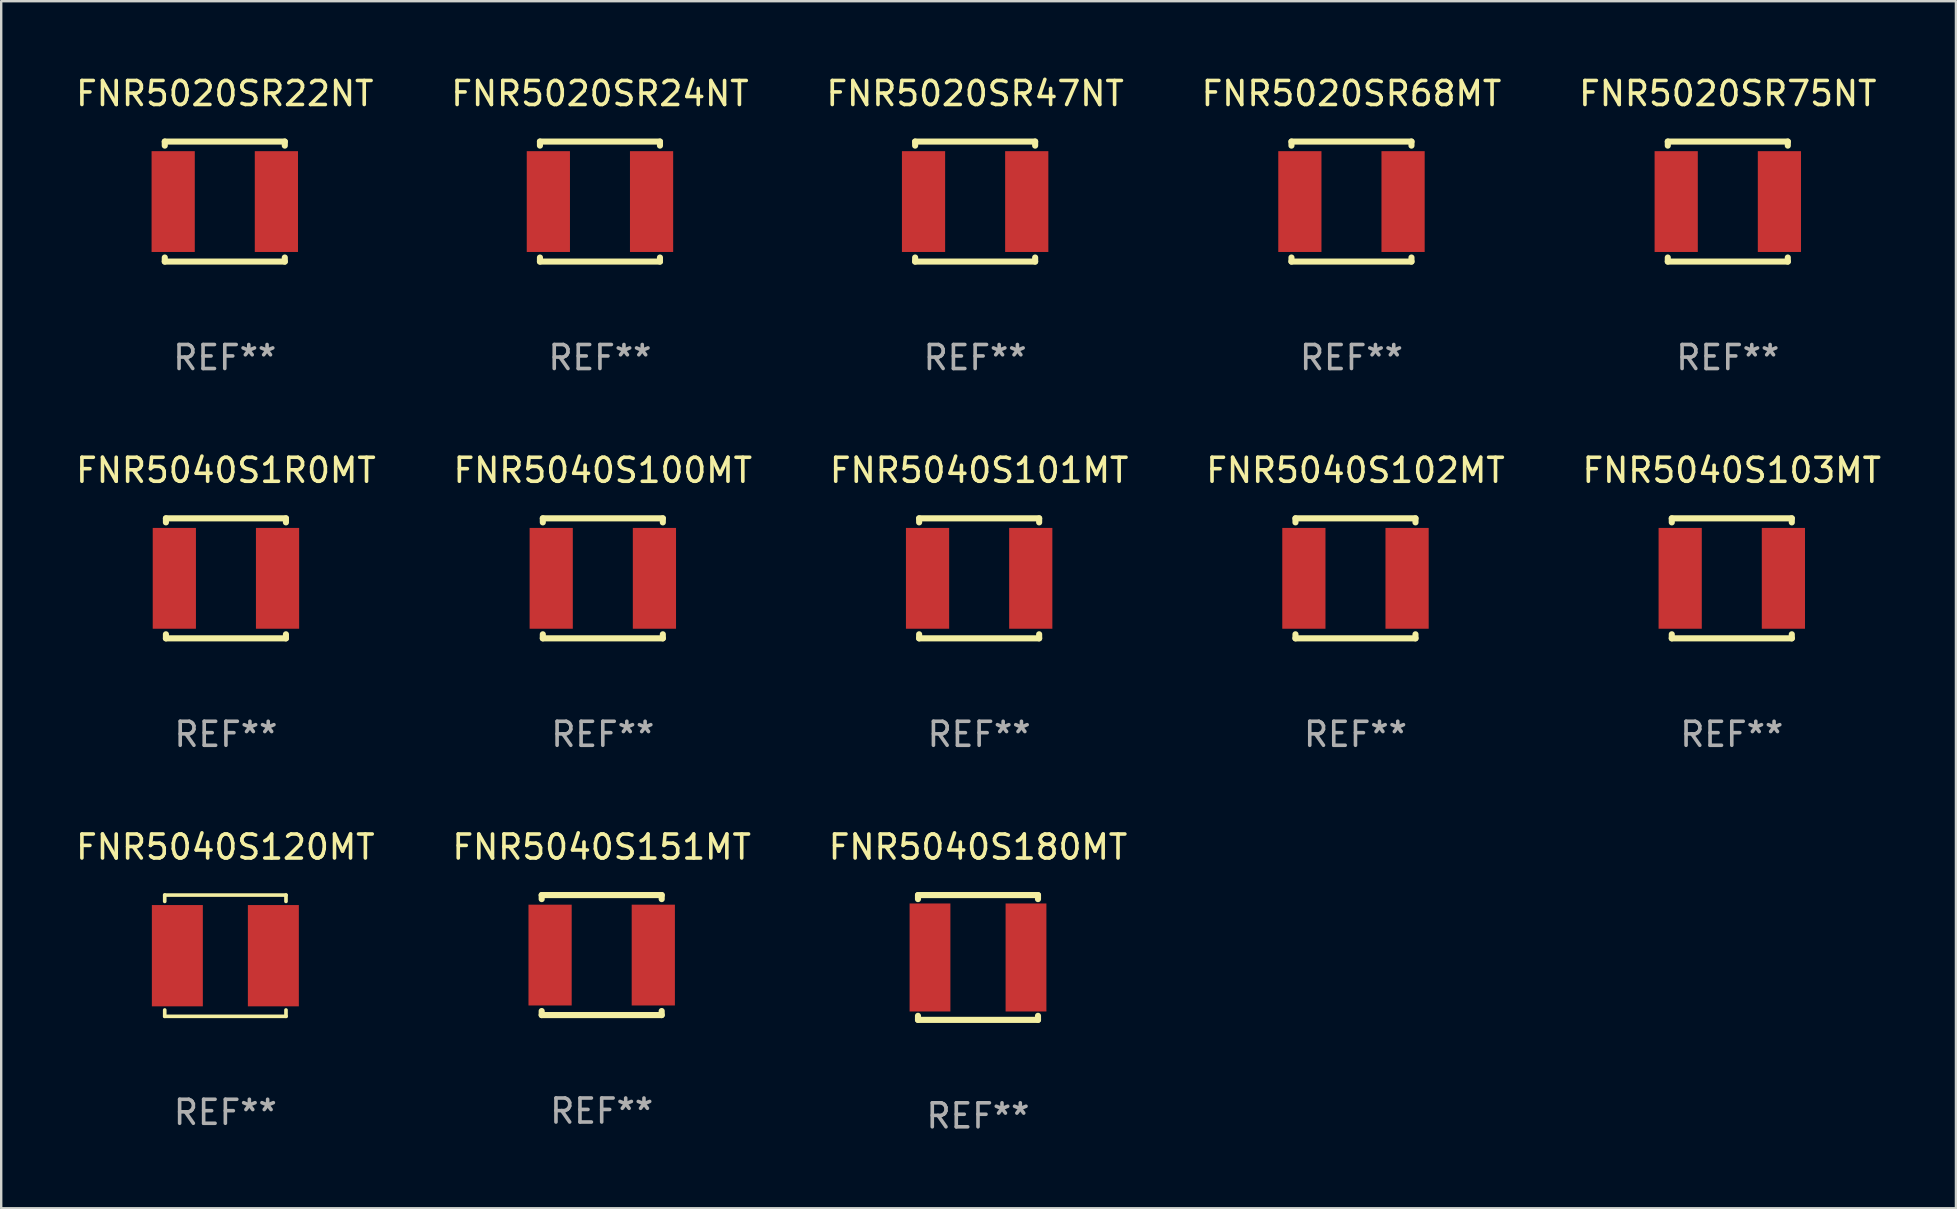
<source format=kicad_pcb>
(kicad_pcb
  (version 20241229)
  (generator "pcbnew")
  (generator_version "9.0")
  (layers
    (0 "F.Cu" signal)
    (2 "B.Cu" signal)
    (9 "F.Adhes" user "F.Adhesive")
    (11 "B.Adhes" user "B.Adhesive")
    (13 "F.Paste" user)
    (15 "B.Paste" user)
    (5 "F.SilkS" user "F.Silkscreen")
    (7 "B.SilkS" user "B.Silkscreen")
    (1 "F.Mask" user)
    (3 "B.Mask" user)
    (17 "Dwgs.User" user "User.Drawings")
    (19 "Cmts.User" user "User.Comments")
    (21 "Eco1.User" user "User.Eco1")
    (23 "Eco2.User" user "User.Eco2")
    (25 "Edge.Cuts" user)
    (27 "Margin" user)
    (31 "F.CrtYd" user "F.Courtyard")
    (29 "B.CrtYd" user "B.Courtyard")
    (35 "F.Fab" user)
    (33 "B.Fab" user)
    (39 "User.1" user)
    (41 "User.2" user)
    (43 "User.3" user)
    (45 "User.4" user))
  (footprint "FNR5020SR68MT"
    (layer "F.Cu")
    (at 53.256 5.348)
    (property "Reference" "FNR5020SR68MT" (at 0 -4.5 0) (layer "F.SilkS") (effects (font (size 1 1) (thickness 0.15))))
    (attr through_hole)
    (fp_line (start -2.5 -2.5) (end -2.5 -2.331) (stroke (width 0.254) (type solid)) (layer "F.SilkS"))
    (fp_line (start -2.5 -2.5) (end 2.5 -2.5) (stroke (width 0.254) (type solid)) (layer "F.SilkS"))
    (fp_line (start -2.5 2.331) (end -2.5 2.5) (stroke (width 0.254) (type solid)) (layer "F.SilkS"))
    (fp_line (start -2.5 2.5) (end 2.5 2.5) (stroke (width 0.254) (type solid)) (layer "F.SilkS"))
    (fp_line (start 2.5 -2.331) (end 2.5 -2.5) (stroke (width 0.254) (type solid)) (layer "F.SilkS"))
    (fp_line (start 2.5 2.5) (end 2.5 2.331) (stroke (width 0.254) (type solid)) (layer "F.SilkS"))
    (fp_circle (center -2.5 2.5) (end -2.47 2.5) (stroke (width 0.06) (type solid)) (fill no) (layer "F.SilkS"))
    (fp_text user "REF**" (at 0 6.5 0) (layer "F.Fab") (effects (font (size 1 1) (thickness 0.15))))
    (pad "1" smd rect (at -2.15 0) (size 1.8 4.2) (layers "F.Cu" "F.Mask" "F.Paste"))
    (pad "2" smd rect (at 2.15 0) (size 1.8 4.2) (layers "F.Cu" "F.Mask" "F.Paste")))
  (footprint "FNR5040S180MT"
    (layer "F.Cu")
    (at 37.696 36.841)
    (property "Reference" "FNR5040S180MT" (at 0 -4.6 0) (layer "F.SilkS") (effects (font (size 1 1) (thickness 0.15))))
    (attr through_hole)
    (fp_line (start -2.5 -2.6) (end -2.5 -2.431) (stroke (width 0.254) (type solid)) (layer "F.SilkS"))
    (fp_line (start -2.5 -2.6) (end 2.5 -2.6) (stroke (width 0.254) (type solid)) (layer "F.SilkS"))
    (fp_line (start -2.5 2.431) (end -2.5 2.6) (stroke (width 0.254) (type solid)) (layer "F.SilkS"))
    (fp_line (start -2.5 2.6) (end 2.5 2.6) (stroke (width 0.254) (type solid)) (layer "F.SilkS"))
    (fp_line (start 2.5 -2.431) (end 2.5 -2.6) (stroke (width 0.254) (type solid)) (layer "F.SilkS"))
    (fp_line (start 2.5 2.6) (end 2.5 2.431) (stroke (width 0.254) (type solid)) (layer "F.SilkS"))
    (fp_circle (center -2.5 2.5) (end -2.47 2.5) (stroke (width 0.06) (type solid)) (fill no) (layer "F.SilkS"))
    (fp_text user "REF**" (at 0 6.6 0) (layer "F.Fab") (effects (font (size 1 1) (thickness 0.15))))
    (pad "1" smd rect (at -2 0) (size 1.7 4.5) (layers "F.Cu" "F.Mask" "F.Paste"))
    (pad "2" smd rect (at 2 0) (size 1.7 4.5) (layers "F.Cu" "F.Mask" "F.Paste")))
  (footprint "FNR5040S120MT"
    (layer "F.Cu")
    (at 6.339 36.767)
    (property "Reference" "FNR5040S120MT" (at 0 -4.526 0) (layer "F.SilkS") (effects (font (size 1 1) (thickness 0.15))))
    (attr through_hole)
    (fp_line (start -2.526 -2.526) (end 2.526 -2.526) (stroke (width 0.152) (type solid)) (layer "F.SilkS"))
    (fp_line (start -2.526 -2.262) (end -2.526 -2.526) (stroke (width 0.152) (type solid)) (layer "F.SilkS"))
    (fp_line (start -2.526 2.262) (end -2.526 2.526) (stroke (width 0.152) (type solid)) (layer "F.SilkS"))
    (fp_line (start -2.526 2.526) (end 2.526 2.526) (stroke (width 0.152) (type solid)) (layer "F.SilkS"))
    (fp_line (start 2.526 -2.526) (end 2.526 -2.262) (stroke (width 0.152) (type solid)) (layer "F.SilkS"))
    (fp_line (start 2.526 2.526) (end 2.526 2.262) (stroke (width 0.152) (type solid)) (layer "F.SilkS"))
    (fp_circle (center 2.5 -2.5) (end 2.53 -2.5) (stroke (width 0.06) (type solid)) (fill no) (layer "F.SilkS"))
    (fp_text user "REF**" (at 0 6.526 0) (layer "F.Fab") (effects (font (size 1 1) (thickness 0.15))))
    (pad "1" smd rect (at 2 0) (size 2.124 4.22) (layers "F.Cu" "F.Mask" "F.Paste"))
    (pad "2" smd rect (at -2 0) (size 2.124 4.22) (layers "F.Cu" "F.Mask" "F.Paste")))
  (footprint "FNR5040S1R0MT"
    (layer "F.Cu")
    (at 6.363 21.045)
    (property "Reference" "FNR5040S1R0MT" (at 0 -4.5 0) (layer "F.SilkS") (effects (font (size 1 1) (thickness 0.15))))
    (attr through_hole)
    (fp_line (start -2.5 -2.5) (end -2.5 -2.331) (stroke (width 0.254) (type solid)) (layer "F.SilkS"))
    (fp_line (start -2.5 -2.5) (end 2.5 -2.5) (stroke (width 0.254) (type solid)) (layer "F.SilkS"))
    (fp_line (start -2.5 2.331) (end -2.5 2.5) (stroke (width 0.254) (type solid)) (layer "F.SilkS"))
    (fp_line (start -2.5 2.5) (end 2.5 2.5) (stroke (width 0.254) (type solid)) (layer "F.SilkS"))
    (fp_line (start 2.5 -2.331) (end 2.5 -2.5) (stroke (width 0.254) (type solid)) (layer "F.SilkS"))
    (fp_line (start 2.5 2.5) (end 2.5 2.331) (stroke (width 0.254) (type solid)) (layer "F.SilkS"))
    (fp_circle (center -2.5 2.5) (end -2.47 2.5) (stroke (width 0.06) (type solid)) (fill no) (layer "F.SilkS"))
    (fp_text user "REF**" (at 0 6.5 0) (layer "F.Fab") (effects (font (size 1 1) (thickness 0.15))))
    (pad "1" smd rect (at -2.15 0) (size 1.8 4.2) (layers "F.Cu" "F.Mask" "F.Paste"))
    (pad "2" smd rect (at 2.15 0) (size 1.8 4.2) (layers "F.Cu" "F.Mask" "F.Paste")))
  (footprint "FNR5020SR75NT"
    (layer "F.Cu")
    (at 68.935 5.348)
    (property "Reference" "FNR5020SR75NT" (at 0 -4.5 0) (layer "F.SilkS") (effects (font (size 1 1) (thickness 0.15))))
    (attr through_hole)
    (fp_line (start -2.5 -2.5) (end -2.5 -2.331) (stroke (width 0.254) (type solid)) (layer "F.SilkS"))
    (fp_line (start -2.5 -2.5) (end 2.5 -2.5) (stroke (width 0.254) (type solid)) (layer "F.SilkS"))
    (fp_line (start -2.5 2.331) (end -2.5 2.5) (stroke (width 0.254) (type solid)) (layer "F.SilkS"))
    (fp_line (start -2.5 2.5) (end 2.5 2.5) (stroke (width 0.254) (type solid)) (layer "F.SilkS"))
    (fp_line (start 2.5 -2.331) (end 2.5 -2.5) (stroke (width 0.254) (type solid)) (layer "F.SilkS"))
    (fp_line (start 2.5 2.5) (end 2.5 2.331) (stroke (width 0.254) (type solid)) (layer "F.SilkS"))
    (fp_circle (center -2.5 2.5) (end -2.47 2.5) (stroke (width 0.06) (type solid)) (fill no) (layer "F.SilkS"))
    (fp_text user "REF**" (at 0 6.5 0) (layer "F.Fab") (effects (font (size 1 1) (thickness 0.15))))
    (pad "1" smd rect (at -2.15 0) (size 1.8 4.2) (layers "F.Cu" "F.Mask" "F.Paste"))
    (pad "2" smd rect (at 2.15 0) (size 1.8 4.2) (layers "F.Cu" "F.Mask" "F.Paste")))
  (footprint "FNR5040S100MT"
    (layer "F.Cu")
    (at 22.065 21.045)
    (property "Reference" "FNR5040S100MT" (at 0 -4.5 0) (layer "F.SilkS") (effects (font (size 1 1) (thickness 0.15))))
    (attr through_hole)
    (fp_line (start -2.5 -2.5) (end -2.5 -2.331) (stroke (width 0.254) (type solid)) (layer "F.SilkS"))
    (fp_line (start -2.5 -2.5) (end 2.5 -2.5) (stroke (width 0.254) (type solid)) (layer "F.SilkS"))
    (fp_line (start -2.5 2.331) (end -2.5 2.5) (stroke (width 0.254) (type solid)) (layer "F.SilkS"))
    (fp_line (start -2.5 2.5) (end 2.5 2.5) (stroke (width 0.254) (type solid)) (layer "F.SilkS"))
    (fp_line (start 2.5 -2.331) (end 2.5 -2.5) (stroke (width 0.254) (type solid)) (layer "F.SilkS"))
    (fp_line (start 2.5 2.5) (end 2.5 2.331) (stroke (width 0.254) (type solid)) (layer "F.SilkS"))
    (fp_circle (center -2.5 2.5) (end -2.47 2.5) (stroke (width 0.06) (type solid)) (fill no) (layer "F.SilkS"))
    (fp_text user "REF**" (at 0 6.5 0) (layer "F.Fab") (effects (font (size 1 1) (thickness 0.15))))
    (pad "1" smd rect (at -2.15 0) (size 1.8 4.2) (layers "F.Cu" "F.Mask" "F.Paste"))
    (pad "2" smd rect (at 2.15 0) (size 1.8 4.2) (layers "F.Cu" "F.Mask" "F.Paste")))
  (footprint "FNR5040S103MT"
    (layer "F.Cu")
    (at 69.101 21.045)
    (property "Reference" "FNR5040S103MT" (at 0 -4.5 0) (layer "F.SilkS") (effects (font (size 1 1) (thickness 0.15))))
    (attr through_hole)
    (fp_line (start -2.5 -2.5) (end -2.5 -2.331) (stroke (width 0.254) (type solid)) (layer "F.SilkS"))
    (fp_line (start -2.5 -2.5) (end 2.5 -2.5) (stroke (width 0.254) (type solid)) (layer "F.SilkS"))
    (fp_line (start -2.5 2.331) (end -2.5 2.5) (stroke (width 0.254) (type solid)) (layer "F.SilkS"))
    (fp_line (start -2.5 2.5) (end 2.5 2.5) (stroke (width 0.254) (type solid)) (layer "F.SilkS"))
    (fp_line (start 2.5 -2.331) (end 2.5 -2.5) (stroke (width 0.254) (type solid)) (layer "F.SilkS"))
    (fp_line (start 2.5 2.5) (end 2.5 2.331) (stroke (width 0.254) (type solid)) (layer "F.SilkS"))
    (fp_circle (center -2.5 2.5) (end -2.47 2.5) (stroke (width 0.06) (type solid)) (fill no) (layer "F.SilkS"))
    (fp_text user "REF**" (at 0 6.5 0) (layer "F.Fab") (effects (font (size 1 1) (thickness 0.15))))
    (pad "1" smd rect (at -2.15 0) (size 1.8 4.2) (layers "F.Cu" "F.Mask" "F.Paste"))
    (pad "2" smd rect (at 2.15 0) (size 1.8 4.2) (layers "F.Cu" "F.Mask" "F.Paste")))
  (footprint "FNR5020SR47NT"
    (layer "F.Cu")
    (at 37.577 5.348)
    (property "Reference" "FNR5020SR47NT" (at 0 -4.5 0) (layer "F.SilkS") (effects (font (size 1 1) (thickness 0.15))))
    (attr through_hole)
    (fp_line (start -2.5 -2.5) (end -2.5 -2.331) (stroke (width 0.254) (type solid)) (layer "F.SilkS"))
    (fp_line (start -2.5 -2.5) (end 2.5 -2.5) (stroke (width 0.254) (type solid)) (layer "F.SilkS"))
    (fp_line (start -2.5 2.331) (end -2.5 2.5) (stroke (width 0.254) (type solid)) (layer "F.SilkS"))
    (fp_line (start -2.5 2.5) (end 2.5 2.5) (stroke (width 0.254) (type solid)) (layer "F.SilkS"))
    (fp_line (start 2.5 -2.331) (end 2.5 -2.5) (stroke (width 0.254) (type solid)) (layer "F.SilkS"))
    (fp_line (start 2.5 2.5) (end 2.5 2.331) (stroke (width 0.254) (type solid)) (layer "F.SilkS"))
    (fp_circle (center -2.5 2.5) (end -2.47 2.5) (stroke (width 0.06) (type solid)) (fill no) (layer "F.SilkS"))
    (fp_text user "REF**" (at 0 6.5 0) (layer "F.Fab") (effects (font (size 1 1) (thickness 0.15))))
    (pad "1" smd rect (at -2.15 0) (size 1.8 4.2) (layers "F.Cu" "F.Mask" "F.Paste"))
    (pad "2" smd rect (at 2.15 0) (size 1.8 4.2) (layers "F.Cu" "F.Mask" "F.Paste")))
  (footprint "FNR5040S151MT"
    (layer "F.Cu")
    (at 22.018 36.741)
    (property "Reference" "FNR5040S151MT" (at 0 -4.5 0) (layer "F.SilkS") (effects (font (size 1 1) (thickness 0.15))))
    (attr through_hole)
    (fp_line (start -2.5 -2.5) (end -2.5 -2.331) (stroke (width 0.254) (type solid)) (layer "F.SilkS"))
    (fp_line (start -2.5 -2.5) (end 2.5 -2.5) (stroke (width 0.254) (type solid)) (layer "F.SilkS"))
    (fp_line (start -2.5 2.331) (end -2.5 2.5) (stroke (width 0.254) (type solid)) (layer "F.SilkS"))
    (fp_line (start -2.5 2.5) (end 2.5 2.5) (stroke (width 0.254) (type solid)) (layer "F.SilkS"))
    (fp_line (start 2.5 -2.331) (end 2.5 -2.5) (stroke (width 0.254) (type solid)) (layer "F.SilkS"))
    (fp_line (start 2.5 2.5) (end 2.5 2.331) (stroke (width 0.254) (type solid)) (layer "F.SilkS"))
    (fp_circle (center -2.5 2.5) (end -2.47 2.5) (stroke (width 0.06) (type solid)) (fill no) (layer "F.SilkS"))
    (fp_text user "REF**" (at 0 6.5 0) (layer "F.Fab") (effects (font (size 1 1) (thickness 0.15))))
    (pad "1" smd rect (at -2.15 0) (size 1.8 4.2) (layers "F.Cu" "F.Mask" "F.Paste"))
    (pad "2" smd rect (at 2.15 0) (size 1.8 4.2) (layers "F.Cu" "F.Mask" "F.Paste")))
  (footprint "FNR5040S102MT"
    (layer "F.Cu")
    (at 53.423 21.045)
    (property "Reference" "FNR5040S102MT" (at 0 -4.5 0) (layer "F.SilkS") (effects (font (size 1 1) (thickness 0.15))))
    (attr through_hole)
    (fp_line (start -2.5 -2.5) (end -2.5 -2.331) (stroke (width 0.254) (type solid)) (layer "F.SilkS"))
    (fp_line (start -2.5 -2.5) (end 2.5 -2.5) (stroke (width 0.254) (type solid)) (layer "F.SilkS"))
    (fp_line (start -2.5 2.331) (end -2.5 2.5) (stroke (width 0.254) (type solid)) (layer "F.SilkS"))
    (fp_line (start -2.5 2.5) (end 2.5 2.5) (stroke (width 0.254) (type solid)) (layer "F.SilkS"))
    (fp_line (start 2.5 -2.331) (end 2.5 -2.5) (stroke (width 0.254) (type solid)) (layer "F.SilkS"))
    (fp_line (start 2.5 2.5) (end 2.5 2.331) (stroke (width 0.254) (type solid)) (layer "F.SilkS"))
    (fp_circle (center -2.5 2.5) (end -2.47 2.5) (stroke (width 0.06) (type solid)) (fill no) (layer "F.SilkS"))
    (fp_text user "REF**" (at 0 6.5 0) (layer "F.Fab") (effects (font (size 1 1) (thickness 0.15))))
    (pad "1" smd rect (at -2.15 0) (size 1.8 4.2) (layers "F.Cu" "F.Mask" "F.Paste"))
    (pad "2" smd rect (at 2.15 0) (size 1.8 4.2) (layers "F.Cu" "F.Mask" "F.Paste")))
  (footprint "FNR5020SR22NT"
    (layer "F.Cu")
    (at 6.315 5.348)
    (property "Reference" "FNR5020SR22NT" (at 0 -4.5 0) (layer "F.SilkS") (effects (font (size 1 1) (thickness 0.15))))
    (attr through_hole)
    (fp_line (start -2.5 -2.5) (end -2.5 -2.331) (stroke (width 0.254) (type solid)) (layer "F.SilkS"))
    (fp_line (start -2.5 -2.5) (end 2.5 -2.5) (stroke (width 0.254) (type solid)) (layer "F.SilkS"))
    (fp_line (start -2.5 2.331) (end -2.5 2.5) (stroke (width 0.254) (type solid)) (layer "F.SilkS"))
    (fp_line (start -2.5 2.5) (end 2.5 2.5) (stroke (width 0.254) (type solid)) (layer "F.SilkS"))
    (fp_line (start 2.5 -2.331) (end 2.5 -2.5) (stroke (width 0.254) (type solid)) (layer "F.SilkS"))
    (fp_line (start 2.5 2.5) (end 2.5 2.331) (stroke (width 0.254) (type solid)) (layer "F.SilkS"))
    (fp_circle (center -2.5 2.5) (end -2.47 2.5) (stroke (width 0.06) (type solid)) (fill no) (layer "F.SilkS"))
    (fp_text user "REF**" (at 0 6.5 0) (layer "F.Fab") (effects (font (size 1 1) (thickness 0.15))))
    (pad "1" smd rect (at -2.15 0) (size 1.8 4.2) (layers "F.Cu" "F.Mask" "F.Paste"))
    (pad "2" smd rect (at 2.15 0) (size 1.8 4.2) (layers "F.Cu" "F.Mask" "F.Paste")))
  (footprint "FNR5020SR24NT"
    (layer "F.Cu")
    (at 21.946 5.348)
    (property "Reference" "FNR5020SR24NT" (at 0 -4.5 0) (layer "F.SilkS") (effects (font (size 1 1) (thickness 0.15))))
    (attr through_hole)
    (fp_line (start -2.5 -2.5) (end -2.5 -2.331) (stroke (width 0.254) (type solid)) (layer "F.SilkS"))
    (fp_line (start -2.5 -2.5) (end 2.5 -2.5) (stroke (width 0.254) (type solid)) (layer "F.SilkS"))
    (fp_line (start -2.5 2.331) (end -2.5 2.5) (stroke (width 0.254) (type solid)) (layer "F.SilkS"))
    (fp_line (start -2.5 2.5) (end 2.5 2.5) (stroke (width 0.254) (type solid)) (layer "F.SilkS"))
    (fp_line (start 2.5 -2.331) (end 2.5 -2.5) (stroke (width 0.254) (type solid)) (layer "F.SilkS"))
    (fp_line (start 2.5 2.5) (end 2.5 2.331) (stroke (width 0.254) (type solid)) (layer "F.SilkS"))
    (fp_circle (center -2.5 2.5) (end -2.47 2.5) (stroke (width 0.06) (type solid)) (fill no) (layer "F.SilkS"))
    (fp_text user "REF**" (at 0 6.5 0) (layer "F.Fab") (effects (font (size 1 1) (thickness 0.15))))
    (pad "1" smd rect (at -2.15 0) (size 1.8 4.2) (layers "F.Cu" "F.Mask" "F.Paste"))
    (pad "2" smd rect (at 2.15 0) (size 1.8 4.2) (layers "F.Cu" "F.Mask" "F.Paste")))
  (footprint "FNR5040S101MT"
    (layer "F.Cu")
    (at 37.744 21.045)
    (property "Reference" "FNR5040S101MT" (at 0 -4.5 0) (layer "F.SilkS") (effects (font (size 1 1) (thickness 0.15))))
    (attr through_hole)
    (fp_line (start -2.5 -2.5) (end -2.5 -2.331) (stroke (width 0.254) (type solid)) (layer "F.SilkS"))
    (fp_line (start -2.5 -2.5) (end 2.5 -2.5) (stroke (width 0.254) (type solid)) (layer "F.SilkS"))
    (fp_line (start -2.5 2.331) (end -2.5 2.5) (stroke (width 0.254) (type solid)) (layer "F.SilkS"))
    (fp_line (start -2.5 2.5) (end 2.5 2.5) (stroke (width 0.254) (type solid)) (layer "F.SilkS"))
    (fp_line (start 2.5 -2.331) (end 2.5 -2.5) (stroke (width 0.254) (type solid)) (layer "F.SilkS"))
    (fp_line (start 2.5 2.5) (end 2.5 2.331) (stroke (width 0.254) (type solid)) (layer "F.SilkS"))
    (fp_circle (center -2.5 2.5) (end -2.47 2.5) (stroke (width 0.06) (type solid)) (fill no) (layer "F.SilkS"))
    (fp_text user "REF**" (at 0 6.5 0) (layer "F.Fab") (effects (font (size 1 1) (thickness 0.15))))
    (pad "1" smd rect (at -2.15 0) (size 1.8 4.2) (layers "F.Cu" "F.Mask" "F.Paste"))
    (pad "2" smd rect (at 2.15 0) (size 1.8 4.2) (layers "F.Cu" "F.Mask" "F.Paste")))
  (gr_rect
    (start -3 -3)
    (end 78.44 47.289)
    (stroke (width 0.1) (type default))
    (fill no)
    (layer "Edge.Cuts")))
</source>
